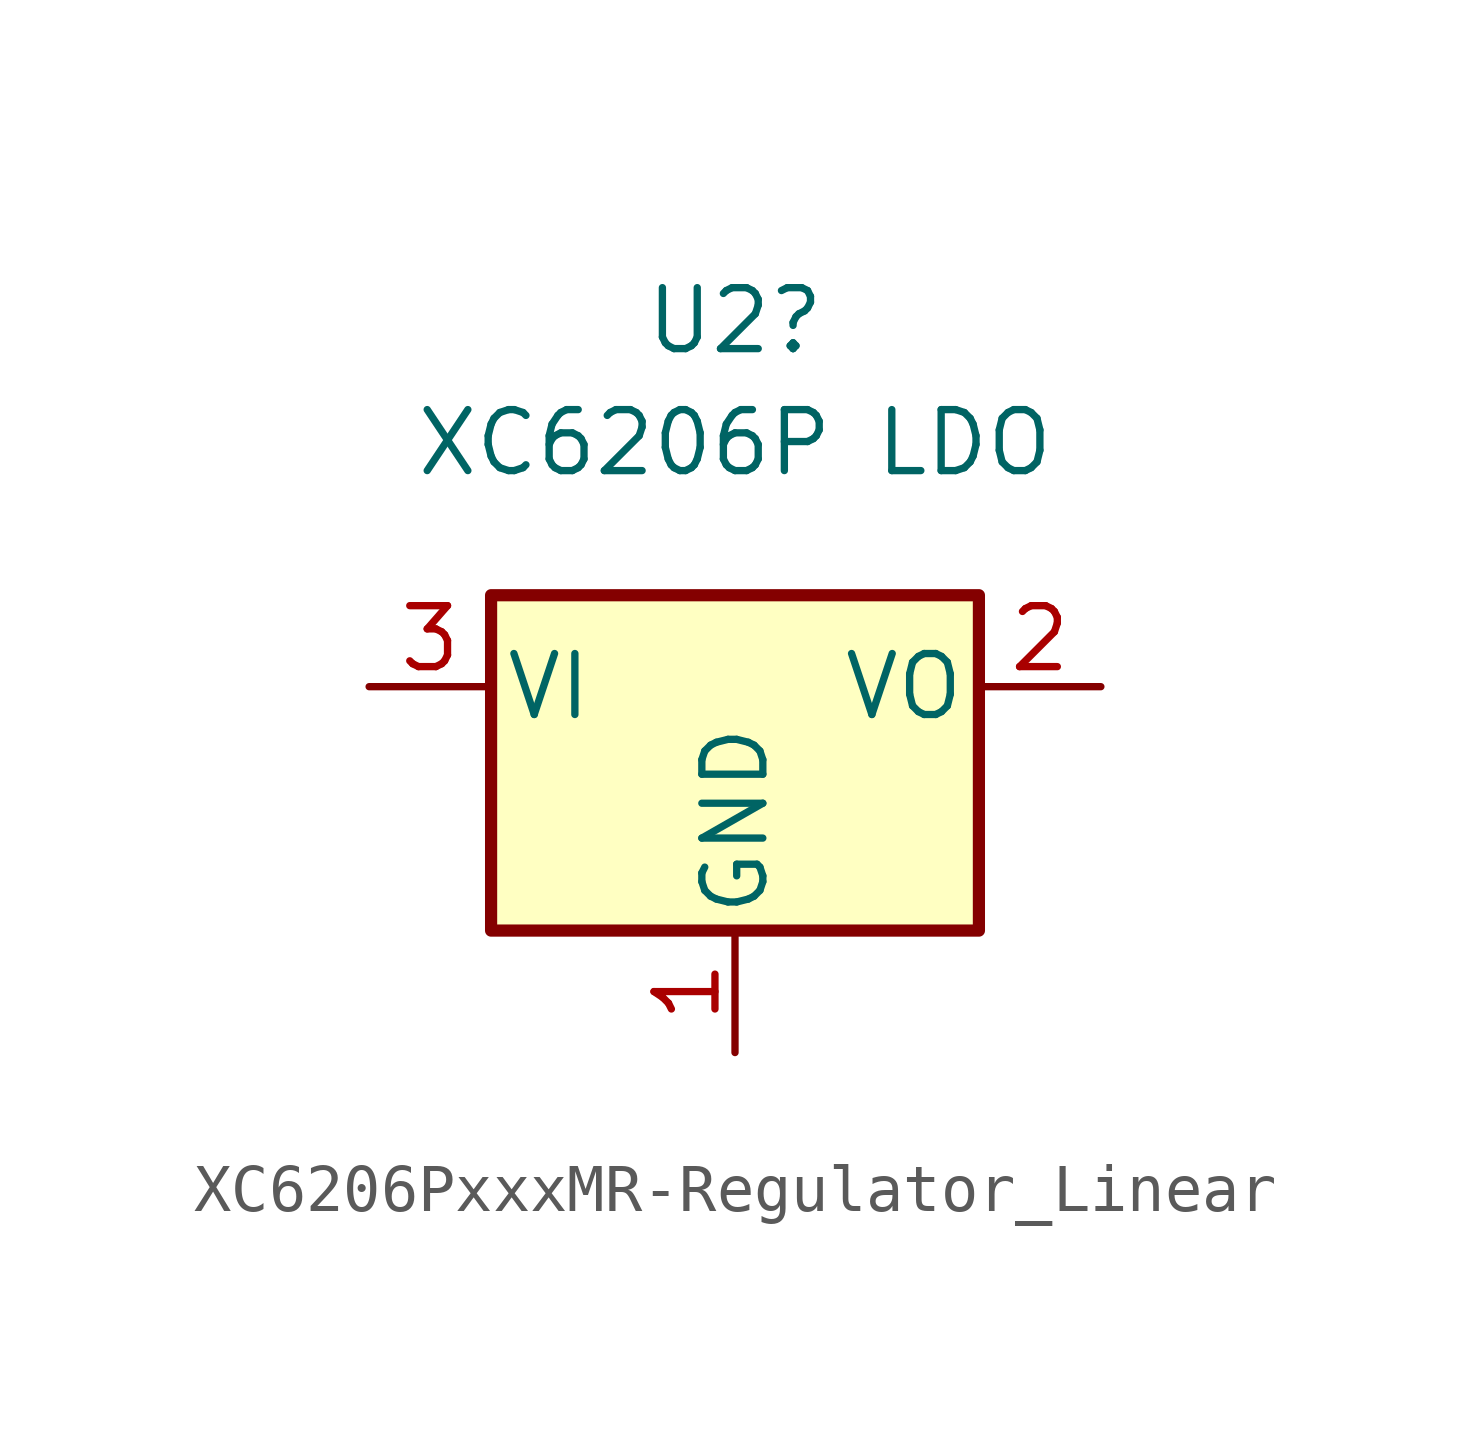
<source format=kicad_sym>
(kicad_symbol_lib
  (version 20220126)
  (generator kicad_symbol_editor)
  (symbol "XC6206PxxxMR-Regulator_Linear"
    (pin_names
      (offset 0.254))
    (property "Reference" "U2"
      (at 0 7.62 0)
      (effects (font (size 1.27 1.27))))
    (property "Value" "XC6206P LDO"
      (at 0 5.08 0)
      (effects (font (size 1.27 1.27))))
    (symbol "XC6206PxxxMR-Regulator_Linear_0_1"
      (rectangle (start -5.08 1.905) (end 5.08 -5.08) (stroke (width 0.254) (type default)) (fill (type background))))
    (symbol "XC6206PxxxMR-Regulator_Linear_1_1"
      (pin power_in line (at 0 -7.62 90) (length 2.54) (name "GND" (effects (font (size 1.27 1.27)))) (number "1" (effects (font (size 1.27 1.27)))))
      (pin power_out line (at 7.62 0 180) (length 2.54) (name "VO" (effects (font (size 1.27 1.27)))) (number "2" (effects (font (size 1.27 1.27)))))
      (pin power_in line (at -7.62 0 0) (length 2.54) (name "VI" (effects (font (size 1.27 1.27)))) (number "3" (effects (font (size 1.27 1.27))))))))
</source>
